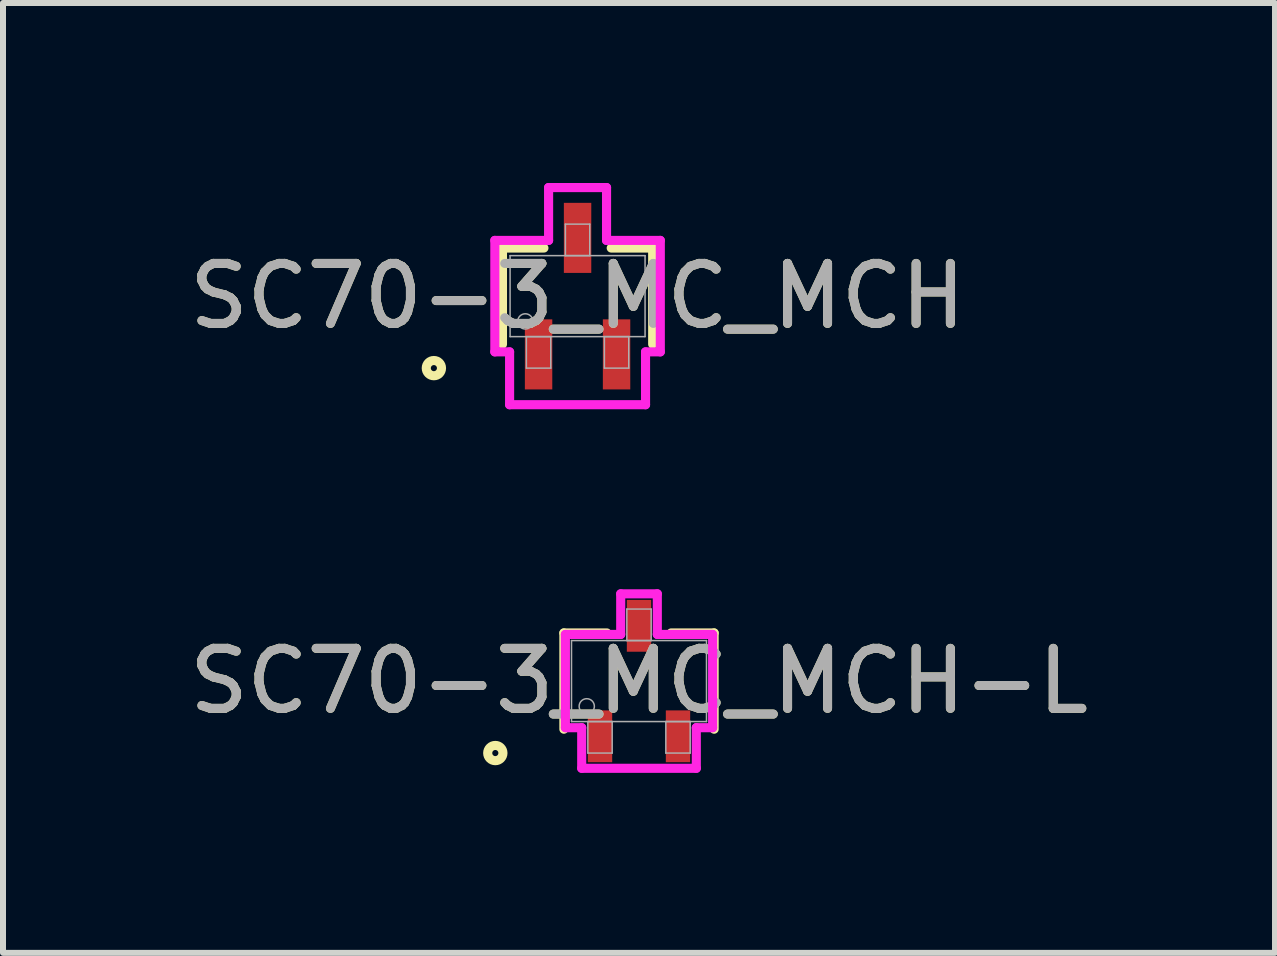
<source format=kicad_pcb>
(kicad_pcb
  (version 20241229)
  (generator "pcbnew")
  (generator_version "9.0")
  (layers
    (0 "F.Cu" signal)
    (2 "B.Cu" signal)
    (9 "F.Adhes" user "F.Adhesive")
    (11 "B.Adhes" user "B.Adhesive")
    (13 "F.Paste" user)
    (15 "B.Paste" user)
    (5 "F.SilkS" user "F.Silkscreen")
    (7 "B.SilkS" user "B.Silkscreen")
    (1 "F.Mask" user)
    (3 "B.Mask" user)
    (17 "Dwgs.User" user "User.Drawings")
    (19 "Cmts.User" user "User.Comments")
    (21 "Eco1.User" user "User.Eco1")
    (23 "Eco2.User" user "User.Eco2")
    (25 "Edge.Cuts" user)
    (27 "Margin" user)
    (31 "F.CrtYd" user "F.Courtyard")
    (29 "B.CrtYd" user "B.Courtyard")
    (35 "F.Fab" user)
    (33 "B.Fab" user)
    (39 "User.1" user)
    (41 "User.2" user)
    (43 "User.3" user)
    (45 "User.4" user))
  (footprint "SC70-3_MC_MCH"
    (layer "F.Cu")
    (at 6.577 1.886)
    (property "Reference" "SC70-3_MC_MCH" (at 0 0 0) (unlocked yes) (layer "F.SilkS") (effects (font (size 1 1) (thickness 0.15))))
    (attr smd)
    (fp_line (start -1.252 -0.802) (end -1.252 0.802) (stroke (width 0.152) (type solid)) (layer "F.SilkS"))
    (fp_line (start -0.561 -0.802) (end -1.252 -0.802) (stroke (width 0.152) (type solid)) (layer "F.SilkS"))
    (fp_line (start 1.252 -0.802) (end 0.561 -0.802) (stroke (width 0.152) (type solid)) (layer "F.SilkS"))
    (fp_line (start 1.252 0.802) (end 1.252 -0.802) (stroke (width 0.152) (type solid)) (layer "F.SilkS"))
    (fp_circle (center -2.395 1.2) (end -2.268 1.2) (stroke (width 0.152) (type solid)) (fill no) (layer "F.SilkS"))
    (fp_line (start -1.379 -0.929) (end -0.483 -0.929) (stroke (width 0.152) (type solid)) (layer "F.CrtYd"))
    (fp_line (start -1.379 0.929) (end -1.379 -0.929) (stroke (width 0.152) (type solid)) (layer "F.CrtYd"))
    (fp_line (start -1.379 0.929) (end -1.133 0.929) (stroke (width 0.152) (type solid)) (layer "F.CrtYd"))
    (fp_line (start -1.133 0.929) (end -1.133 1.81) (stroke (width 0.152) (type solid)) (layer "F.CrtYd"))
    (fp_line (start -1.133 1.81) (end 1.133 1.81) (stroke (width 0.152) (type solid)) (layer "F.CrtYd"))
    (fp_line (start -0.483 -1.81) (end 0.483 -1.81) (stroke (width 0.152) (type solid)) (layer "F.CrtYd"))
    (fp_line (start -0.483 -0.929) (end -0.483 -1.81) (stroke (width 0.152) (type solid)) (layer "F.CrtYd"))
    (fp_line (start 0.483 -0.929) (end 0.483 -1.81) (stroke (width 0.152) (type solid)) (layer "F.CrtYd"))
    (fp_line (start 1.133 0.929) (end 1.133 1.81) (stroke (width 0.152) (type solid)) (layer "F.CrtYd"))
    (fp_line (start 1.379 -0.929) (end 0.483 -0.929) (stroke (width 0.152) (type solid)) (layer "F.CrtYd"))
    (fp_line (start 1.379 -0.929) (end 1.379 0.929) (stroke (width 0.152) (type solid)) (layer "F.CrtYd"))
    (fp_line (start 1.379 0.929) (end 1.133 0.929) (stroke (width 0.152) (type solid)) (layer "F.CrtYd"))
    (fp_line (start -1.125 -0.675) (end -1.125 0.675) (stroke (width 0.025) (type solid)) (layer "F.Fab"))
    (fp_line (start -1.125 0.675) (end 1.125 0.675) (stroke (width 0.025) (type solid)) (layer "F.Fab"))
    (fp_line (start -0.853 0.675) (end -0.853 1.2) (stroke (width 0.025) (type solid)) (layer "F.Fab"))
    (fp_line (start -0.853 1.2) (end -0.447 1.2) (stroke (width 0.025) (type solid)) (layer "F.Fab"))
    (fp_line (start -0.447 0.675) (end -0.853 0.675) (stroke (width 0.025) (type solid)) (layer "F.Fab"))
    (fp_line (start -0.447 1.2) (end -0.447 0.675) (stroke (width 0.025) (type solid)) (layer "F.Fab"))
    (fp_line (start -0.203 -1.2) (end -0.203 -0.675) (stroke (width 0.025) (type solid)) (layer "F.Fab"))
    (fp_line (start -0.203 -0.675) (end 0.203 -0.675) (stroke (width 0.025) (type solid)) (layer "F.Fab"))
    (fp_line (start 0.203 -1.2) (end -0.203 -1.2) (stroke (width 0.025) (type solid)) (layer "F.Fab"))
    (fp_line (start 0.203 -0.675) (end 0.203 -1.2) (stroke (width 0.025) (type solid)) (layer "F.Fab"))
    (fp_line (start 0.447 0.675) (end 0.447 1.2) (stroke (width 0.025) (type solid)) (layer "F.Fab"))
    (fp_line (start 0.447 1.2) (end 0.853 1.2) (stroke (width 0.025) (type solid)) (layer "F.Fab"))
    (fp_line (start 0.853 0.675) (end 0.447 0.675) (stroke (width 0.025) (type solid)) (layer "F.Fab"))
    (fp_line (start 0.853 1.2) (end 0.853 0.675) (stroke (width 0.025) (type solid)) (layer "F.Fab"))
    (fp_line (start 1.125 -0.675) (end -1.125 -0.675) (stroke (width 0.025) (type solid)) (layer "F.Fab"))
    (fp_line (start 1.125 0.675) (end 1.125 -0.675) (stroke (width 0.025) (type solid)) (layer "F.Fab"))
    (fp_circle (center -0.871 0.421) (end -0.744 0.421) (stroke (width 0.025) (type solid)) (fill no) (layer "F.Fab"))
    (fp_text user "${REFERENCE}" (at 0 0 0) (unlocked yes) (layer "F.Fab") (effects (font (size 1 1) (thickness 0.15))))
    (pad "1" smd rect (at -0.65 0.971) (size 0.457 1.168) (layers "F.Cu" "F.Mask" "F.Paste"))
    (pad "2" smd rect (at 0.65 0.971) (size 0.457 1.168) (layers "F.Cu" "F.Mask" "F.Paste"))
    (pad "3" smd rect (at 0 -0.971) (size 0.457 1.168) (layers "F.Cu" "F.Mask" "F.Paste")))
  (footprint "SC70-3_MC_MCH-L"
    (layer "F.Cu")
    (at 7.601 8.302)
    (property "Reference" "SC70-3_MC_MCH-L" (at 0 0 0) (unlocked yes) (layer "F.SilkS") (effects (font (size 1 1) (thickness 0.15))))
    (attr smd)
    (fp_line (start -1.252 -0.802) (end -1.252 0.802) (stroke (width 0.152) (type solid)) (layer "F.SilkS"))
    (fp_line (start -0.536 -0.802) (end -1.252 -0.802) (stroke (width 0.152) (type solid)) (layer "F.SilkS"))
    (fp_line (start 1.252 -0.802) (end 0.536 -0.802) (stroke (width 0.152) (type solid)) (layer "F.SilkS"))
    (fp_line (start 1.252 0.802) (end 1.252 -0.802) (stroke (width 0.152) (type solid)) (layer "F.SilkS"))
    (fp_circle (center -2.395 1.2) (end -2.268 1.2) (stroke (width 0.152) (type solid)) (fill no) (layer "F.SilkS"))
    (fp_line (start -1.227 -0.777) (end -0.305 -0.777) (stroke (width 0.152) (type solid)) (layer "F.CrtYd"))
    (fp_line (start -1.227 0.777) (end -1.227 -0.777) (stroke (width 0.152) (type solid)) (layer "F.CrtYd"))
    (fp_line (start -1.227 0.777) (end -0.955 0.777) (stroke (width 0.152) (type solid)) (layer "F.CrtYd"))
    (fp_line (start -0.955 0.777) (end -0.955 1.454) (stroke (width 0.152) (type solid)) (layer "F.CrtYd"))
    (fp_line (start -0.955 1.454) (end 0.955 1.454) (stroke (width 0.152) (type solid)) (layer "F.CrtYd"))
    (fp_line (start -0.305 -1.454) (end 0.305 -1.454) (stroke (width 0.152) (type solid)) (layer "F.CrtYd"))
    (fp_line (start -0.305 -0.777) (end -0.305 -1.454) (stroke (width 0.152) (type solid)) (layer "F.CrtYd"))
    (fp_line (start 0.305 -0.777) (end 0.305 -1.454) (stroke (width 0.152) (type solid)) (layer "F.CrtYd"))
    (fp_line (start 0.955 0.777) (end 0.955 1.454) (stroke (width 0.152) (type solid)) (layer "F.CrtYd"))
    (fp_line (start 1.227 -0.777) (end 0.305 -0.777) (stroke (width 0.152) (type solid)) (layer "F.CrtYd"))
    (fp_line (start 1.227 -0.777) (end 1.227 0.777) (stroke (width 0.152) (type solid)) (layer "F.CrtYd"))
    (fp_line (start 1.227 0.777) (end 0.955 0.777) (stroke (width 0.152) (type solid)) (layer "F.CrtYd"))
    (fp_line (start -1.125 -0.675) (end -1.125 0.675) (stroke (width 0.025) (type solid)) (layer "F.Fab"))
    (fp_line (start -1.125 0.675) (end 1.125 0.675) (stroke (width 0.025) (type solid)) (layer "F.Fab"))
    (fp_line (start -0.853 0.675) (end -0.853 1.2) (stroke (width 0.025) (type solid)) (layer "F.Fab"))
    (fp_line (start -0.853 1.2) (end -0.447 1.2) (stroke (width 0.025) (type solid)) (layer "F.Fab"))
    (fp_line (start -0.447 0.675) (end -0.853 0.675) (stroke (width 0.025) (type solid)) (layer "F.Fab"))
    (fp_line (start -0.447 1.2) (end -0.447 0.675) (stroke (width 0.025) (type solid)) (layer "F.Fab"))
    (fp_line (start -0.203 -1.2) (end -0.203 -0.675) (stroke (width 0.025) (type solid)) (layer "F.Fab"))
    (fp_line (start -0.203 -0.675) (end 0.203 -0.675) (stroke (width 0.025) (type solid)) (layer "F.Fab"))
    (fp_line (start 0.203 -1.2) (end -0.203 -1.2) (stroke (width 0.025) (type solid)) (layer "F.Fab"))
    (fp_line (start 0.203 -0.675) (end 0.203 -1.2) (stroke (width 0.025) (type solid)) (layer "F.Fab"))
    (fp_line (start 0.447 0.675) (end 0.447 1.2) (stroke (width 0.025) (type solid)) (layer "F.Fab"))
    (fp_line (start 0.447 1.2) (end 0.853 1.2) (stroke (width 0.025) (type solid)) (layer "F.Fab"))
    (fp_line (start 0.853 0.675) (end 0.447 0.675) (stroke (width 0.025) (type solid)) (layer "F.Fab"))
    (fp_line (start 0.853 1.2) (end 0.853 0.675) (stroke (width 0.025) (type solid)) (layer "F.Fab"))
    (fp_line (start 1.125 -0.675) (end -1.125 -0.675) (stroke (width 0.025) (type solid)) (layer "F.Fab"))
    (fp_line (start 1.125 0.675) (end 1.125 -0.675) (stroke (width 0.025) (type solid)) (layer "F.Fab"))
    (fp_circle (center -0.871 0.421) (end -0.744 0.421) (stroke (width 0.025) (type solid)) (fill no) (layer "F.Fab"))
    (fp_text user "${REFERENCE}" (at 0 0 0) (unlocked yes) (layer "F.Fab") (effects (font (size 1 1) (thickness 0.15))))
    (pad "1" smd rect (at -0.65 0.921) (size 0.406 0.864) (layers "F.Cu" "F.Mask" "F.Paste"))
    (pad "2" smd rect (at 0.65 0.921) (size 0.406 0.864) (layers "F.Cu" "F.Mask" "F.Paste"))
    (pad "3" smd rect (at 0 -0.921) (size 0.406 0.864) (layers "F.Cu" "F.Mask" "F.Paste")))
  (gr_rect
    (start -3 -3)
    (end 18.202 12.832)
    (stroke (width 0.1) (type default))
    (fill no)
    (layer "Edge.Cuts")))
</source>
